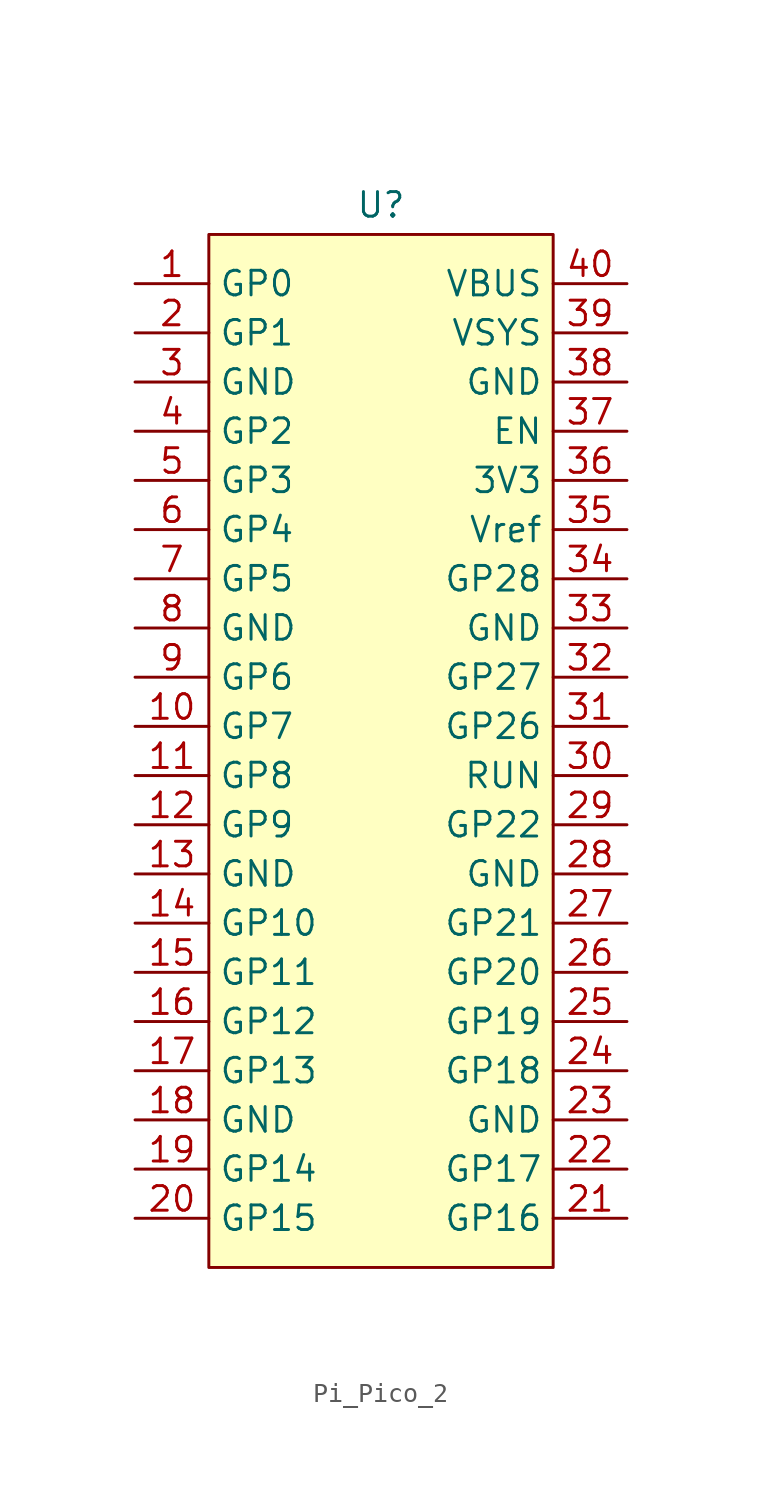
<source format=kicad_sym>
(kicad_symbol_lib
  (version 20241209)
  (generator "kicad_symbol_editor")
  (generator_version "9.0")
  (symbol "Pi_Pico_2"
    (property "Reference" "U"
      (at 0 28.194 0)
      (effects (font (size 1.27 1.27))))
    (property "Value" ""
      (at 0 0 0)
      (effects (font (size 1.27 1.27))))
    (symbol "Pi_Pico_2_1_1"
      (rectangle (start -8.89 26.67) (end 8.89 -26.67) (stroke (width 0) (type solid)) (fill (type background)))
      (pin bidirectional line (at -12.7 24.13 0) (length 3.81) (name "GP0" (effects (font (size 1.27 1.27)))) (number "1" (effects (font (size 1.27 1.27)))))
      (pin bidirectional line (at -12.7 21.59 0) (length 3.81) (name "GP1" (effects (font (size 1.27 1.27)))) (number "2" (effects (font (size 1.27 1.27)))))
      (pin passive line (at -12.7 19.05 0) (length 3.81) (name "GND" (effects (font (size 1.27 1.27)))) (number "3" (effects (font (size 1.27 1.27)))))
      (pin bidirectional line (at -12.7 16.51 0) (length 3.81) (name "GP2" (effects (font (size 1.27 1.27)))) (number "4" (effects (font (size 1.27 1.27)))))
      (pin bidirectional line (at -12.7 13.97 0) (length 3.81) (name "GP3" (effects (font (size 1.27 1.27)))) (number "5" (effects (font (size 1.27 1.27)))))
      (pin bidirectional line (at -12.7 11.43 0) (length 3.81) (name "GP4" (effects (font (size 1.27 1.27)))) (number "6" (effects (font (size 1.27 1.27)))))
      (pin bidirectional line (at -12.7 8.89 0) (length 3.81) (name "GP5" (effects (font (size 1.27 1.27)))) (number "7" (effects (font (size 1.27 1.27)))))
      (pin passive line (at -12.7 6.35 0) (length 3.81) (name "GND" (effects (font (size 1.27 1.27)))) (number "8" (effects (font (size 1.27 1.27)))))
      (pin bidirectional line (at -12.7 3.81 0) (length 3.81) (name "GP6" (effects (font (size 1.27 1.27)))) (number "9" (effects (font (size 1.27 1.27)))))
      (pin bidirectional line (at -12.7 1.27 0) (length 3.81) (name "GP7" (effects (font (size 1.27 1.27)))) (number "10" (effects (font (size 1.27 1.27)))))
      (pin bidirectional line (at -12.7 -1.27 0) (length 3.81) (name "GP8" (effects (font (size 1.27 1.27)))) (number "11" (effects (font (size 1.27 1.27)))))
      (pin bidirectional line (at -12.7 -3.81 0) (length 3.81) (name "GP9" (effects (font (size 1.27 1.27)))) (number "12" (effects (font (size 1.27 1.27)))))
      (pin passive line (at -12.7 -6.35 0) (length 3.81) (name "GND" (effects (font (size 1.27 1.27)))) (number "13" (effects (font (size 1.27 1.27)))))
      (pin bidirectional line (at -12.7 -8.89 0) (length 3.81) (name "GP10" (effects (font (size 1.27 1.27)))) (number "14" (effects (font (size 1.27 1.27)))))
      (pin bidirectional line (at -12.7 -11.43 0) (length 3.81) (name "GP11" (effects (font (size 1.27 1.27)))) (number "15" (effects (font (size 1.27 1.27)))))
      (pin bidirectional line (at -12.7 -13.97 0) (length 3.81) (name "GP12" (effects (font (size 1.27 1.27)))) (number "16" (effects (font (size 1.27 1.27)))))
      (pin bidirectional line (at -12.7 -16.51 0) (length 3.81) (name "GP13" (effects (font (size 1.27 1.27)))) (number "17" (effects (font (size 1.27 1.27)))))
      (pin passive line (at -12.7 -19.05 0) (length 3.81) (name "GND" (effects (font (size 1.27 1.27)))) (number "18" (effects (font (size 1.27 1.27)))))
      (pin bidirectional line (at -12.7 -21.59 0) (length 3.81) (name "GP14" (effects (font (size 1.27 1.27)))) (number "19" (effects (font (size 1.27 1.27)))))
      (pin bidirectional line (at -12.7 -24.13 0) (length 3.81) (name "GP15" (effects (font (size 1.27 1.27)))) (number "20" (effects (font (size 1.27 1.27)))))
      (pin passive line (at 12.7 24.13 180) (length 3.81) (name "VBUS" (effects (font (size 1.27 1.27)))) (number "40" (effects (font (size 1.27 1.27)))))
      (pin passive line (at 12.7 21.59 180) (length 3.81) (name "VSYS" (effects (font (size 1.27 1.27)))) (number "39" (effects (font (size 1.27 1.27)))))
      (pin passive line (at 12.7 19.05 180) (length 3.81) (name "GND" (effects (font (size 1.27 1.27)))) (number "38" (effects (font (size 1.27 1.27)))))
      (pin passive line (at 12.7 16.51 180) (length 3.81) (name "EN" (effects (font (size 1.27 1.27)))) (number "37" (effects (font (size 1.27 1.27)))))
      (pin passive line (at 12.7 13.97 180) (length 3.81) (name "3V3" (effects (font (size 1.27 1.27)))) (number "36" (effects (font (size 1.27 1.27)))))
      (pin passive line (at 12.7 11.43 180) (length 3.81) (name "Vref" (effects (font (size 1.27 1.27)))) (number "35" (effects (font (size 1.27 1.27)))))
      (pin bidirectional line (at 12.7 8.89 180) (length 3.81) (name "GP28" (effects (font (size 1.27 1.27)))) (number "34" (effects (font (size 1.27 1.27)))))
      (pin bidirectional line (at 12.7 6.35 180) (length 3.81) (name "GND" (effects (font (size 1.27 1.27)))) (number "33" (effects (font (size 1.27 1.27)))))
      (pin bidirectional line (at 12.7 3.81 180) (length 3.81) (name "GP27" (effects (font (size 1.27 1.27)))) (number "32" (effects (font (size 1.27 1.27)))))
      (pin bidirectional line (at 12.7 1.27 180) (length 3.81) (name "GP26" (effects (font (size 1.27 1.27)))) (number "31" (effects (font (size 1.27 1.27)))))
      (pin passive line (at 12.7 -1.27 180) (length 3.81) (name "RUN" (effects (font (size 1.27 1.27)))) (number "30" (effects (font (size 1.27 1.27)))))
      (pin bidirectional line (at 12.7 -3.81 180) (length 3.81) (name "GP22" (effects (font (size 1.27 1.27)))) (number "29" (effects (font (size 1.27 1.27)))))
      (pin bidirectional line (at 12.7 -6.35 180) (length 3.81) (name "GND" (effects (font (size 1.27 1.27)))) (number "28" (effects (font (size 1.27 1.27)))))
      (pin bidirectional line (at 12.7 -8.89 180) (length 3.81) (name "GP21" (effects (font (size 1.27 1.27)))) (number "27" (effects (font (size 1.27 1.27)))))
      (pin bidirectional line (at 12.7 -11.43 180) (length 3.81) (name "GP20" (effects (font (size 1.27 1.27)))) (number "26" (effects (font (size 1.27 1.27)))))
      (pin bidirectional line (at 12.7 -13.97 180) (length 3.81) (name "GP19" (effects (font (size 1.27 1.27)))) (number "25" (effects (font (size 1.27 1.27)))))
      (pin bidirectional line (at 12.7 -16.51 180) (length 3.81) (name "GP18" (effects (font (size 1.27 1.27)))) (number "24" (effects (font (size 1.27 1.27)))))
      (pin bidirectional line (at 12.7 -19.05 180) (length 3.81) (name "GND" (effects (font (size 1.27 1.27)))) (number "23" (effects (font (size 1.27 1.27)))))
      (pin bidirectional line (at 12.7 -21.59 180) (length 3.81) (name "GP17" (effects (font (size 1.27 1.27)))) (number "22" (effects (font (size 1.27 1.27)))))
      (pin bidirectional line (at 12.7 -24.13 180) (length 3.81) (name "GP16" (effects (font (size 1.27 1.27)))) (number "21" (effects (font (size 1.27 1.27))))))))
</source>
